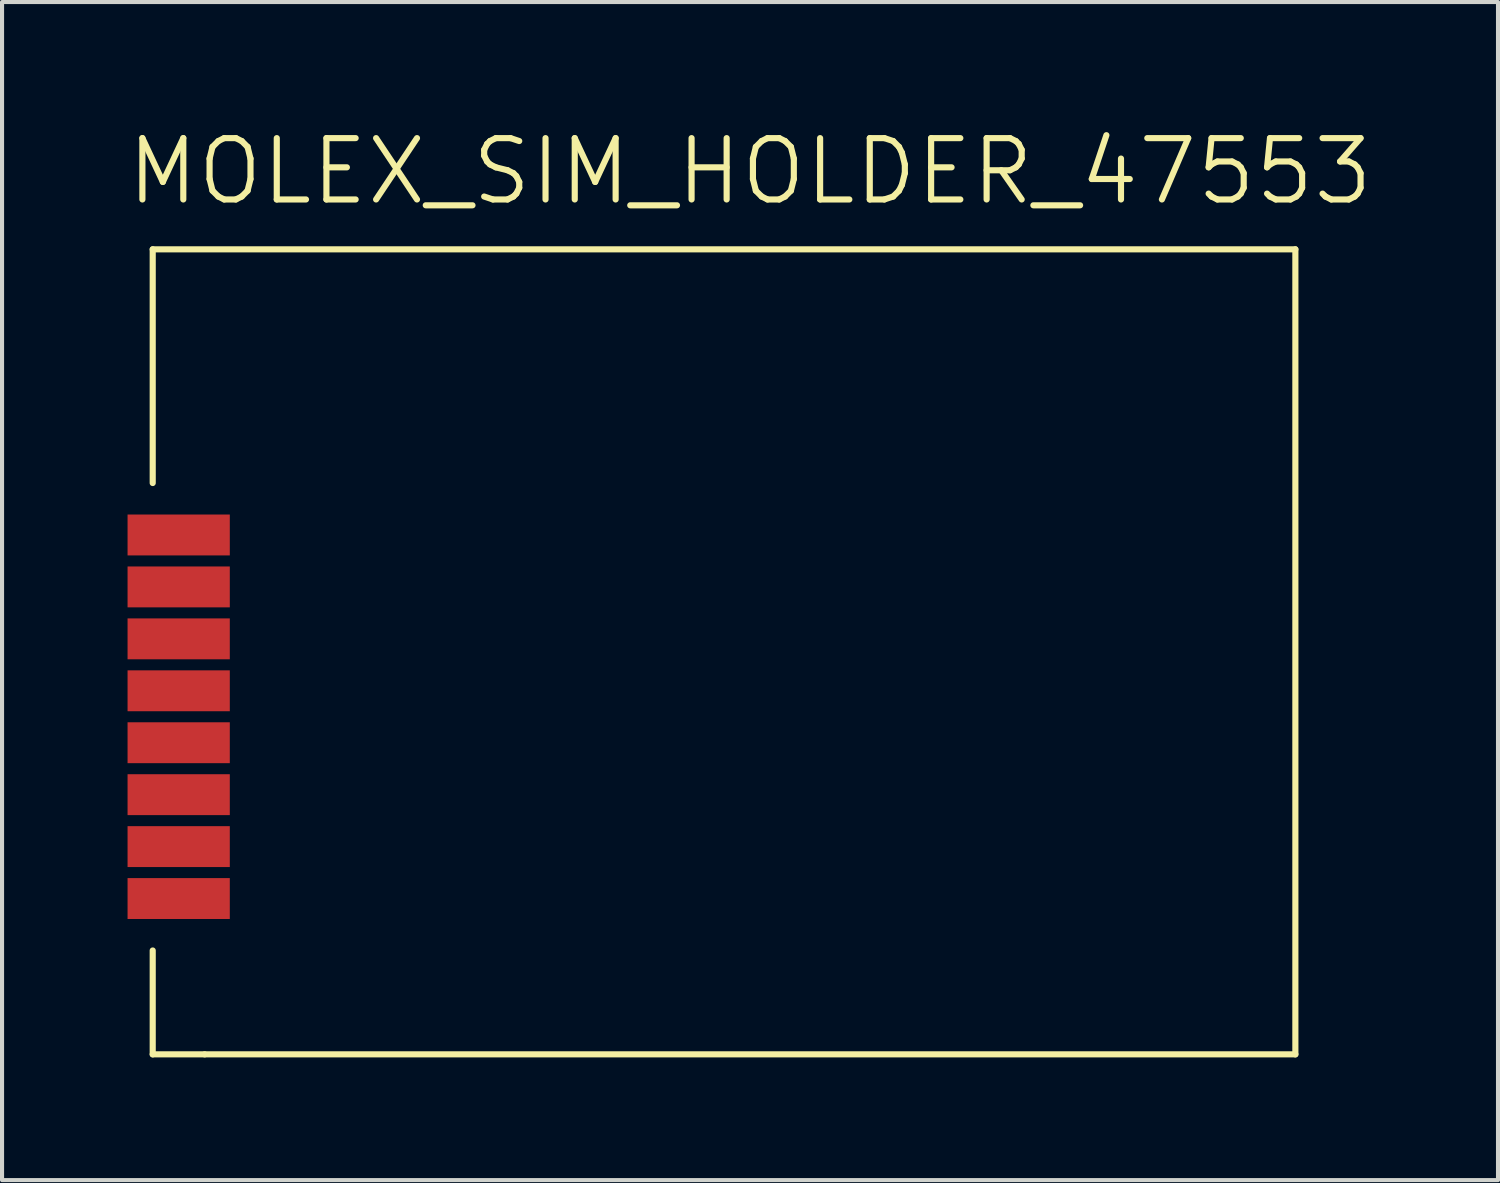
<source format=kicad_pcb>
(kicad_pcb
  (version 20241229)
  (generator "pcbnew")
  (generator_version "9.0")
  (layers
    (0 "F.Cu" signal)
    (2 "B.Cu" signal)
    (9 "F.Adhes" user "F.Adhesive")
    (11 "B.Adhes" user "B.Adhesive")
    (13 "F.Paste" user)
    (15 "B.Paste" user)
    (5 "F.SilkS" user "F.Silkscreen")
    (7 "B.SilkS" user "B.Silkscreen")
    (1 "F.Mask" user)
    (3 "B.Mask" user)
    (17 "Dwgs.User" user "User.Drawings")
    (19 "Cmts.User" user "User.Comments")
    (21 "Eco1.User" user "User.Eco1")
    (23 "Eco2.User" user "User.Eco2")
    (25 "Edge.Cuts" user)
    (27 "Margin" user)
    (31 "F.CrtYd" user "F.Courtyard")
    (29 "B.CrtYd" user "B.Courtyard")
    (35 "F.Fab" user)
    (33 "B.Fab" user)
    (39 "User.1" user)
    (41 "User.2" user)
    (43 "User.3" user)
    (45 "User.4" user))
  (footprint "MOLEX_SIM_HOLDER_47553"
    (layer "F.Cu")
    (at 15.289 13.841)
    (property "Reference" "MOLEX_SIM_HOLDER_47553" (at 0 -12.7 0) (layer "F.SilkS") (effects (font (size 1.5 1.5) (thickness 0.15))))
    (attr through_hole)
    (fp_line (start -14.605 -10.795) (end -14.605 -5.08) (stroke (width 0.15) (type solid)) (layer "F.SilkS"))
    (fp_line (start -14.605 8.89) (end -14.605 6.35) (stroke (width 0.15) (type solid)) (layer "F.SilkS"))
    (fp_line (start -13.335 8.89) (end -14.605 8.89) (stroke (width 0.15) (type solid)) (layer "F.SilkS"))
    (fp_line (start -13.335 8.89) (end 13.335 8.89) (stroke (width 0.15) (type solid)) (layer "F.SilkS"))
    (fp_line (start 13.335 -10.795) (end -14.605 -10.795) (stroke (width 0.15) (type solid)) (layer "F.SilkS"))
    (fp_line (start 13.335 8.89) (end 13.335 -10.795) (stroke (width 0.15) (type solid)) (layer "F.SilkS"))
    (pad "1" smd rect (at -13.97 -3.81) (size 2.5 1) (layers "F.Cu" "F.Mask" "F.Paste"))
    (pad "2" smd rect (at -13.97 -2.54) (size 2.5 1) (layers "F.Cu" "F.Mask" "F.Paste"))
    (pad "3" smd rect (at -13.97 -1.27) (size 2.5 1) (layers "F.Cu" "F.Mask" "F.Paste"))
    (pad "4" smd rect (at -13.97 0) (size 2.5 1) (layers "F.Cu" "F.Mask" "F.Paste"))
    (pad "5" smd rect (at -13.97 1.27) (size 2.5 1) (layers "F.Cu" "F.Mask" "F.Paste"))
    (pad "6" smd rect (at -13.97 2.54) (size 2.5 1) (layers "F.Cu" "F.Mask" "F.Paste"))
    (pad "7" smd rect (at -13.97 3.81) (size 2.5 1) (layers "F.Cu" "F.Mask" "F.Paste"))
    (pad "8" smd rect (at -13.97 5.08) (size 2.5 1) (layers "F.Cu" "F.Mask" "F.Paste")))
  (gr_rect
    (start -3 -3)
    (end 33.579 25.806)
    (stroke (width 0.1) (type default))
    (fill no)
    (layer "Edge.Cuts")))
</source>
